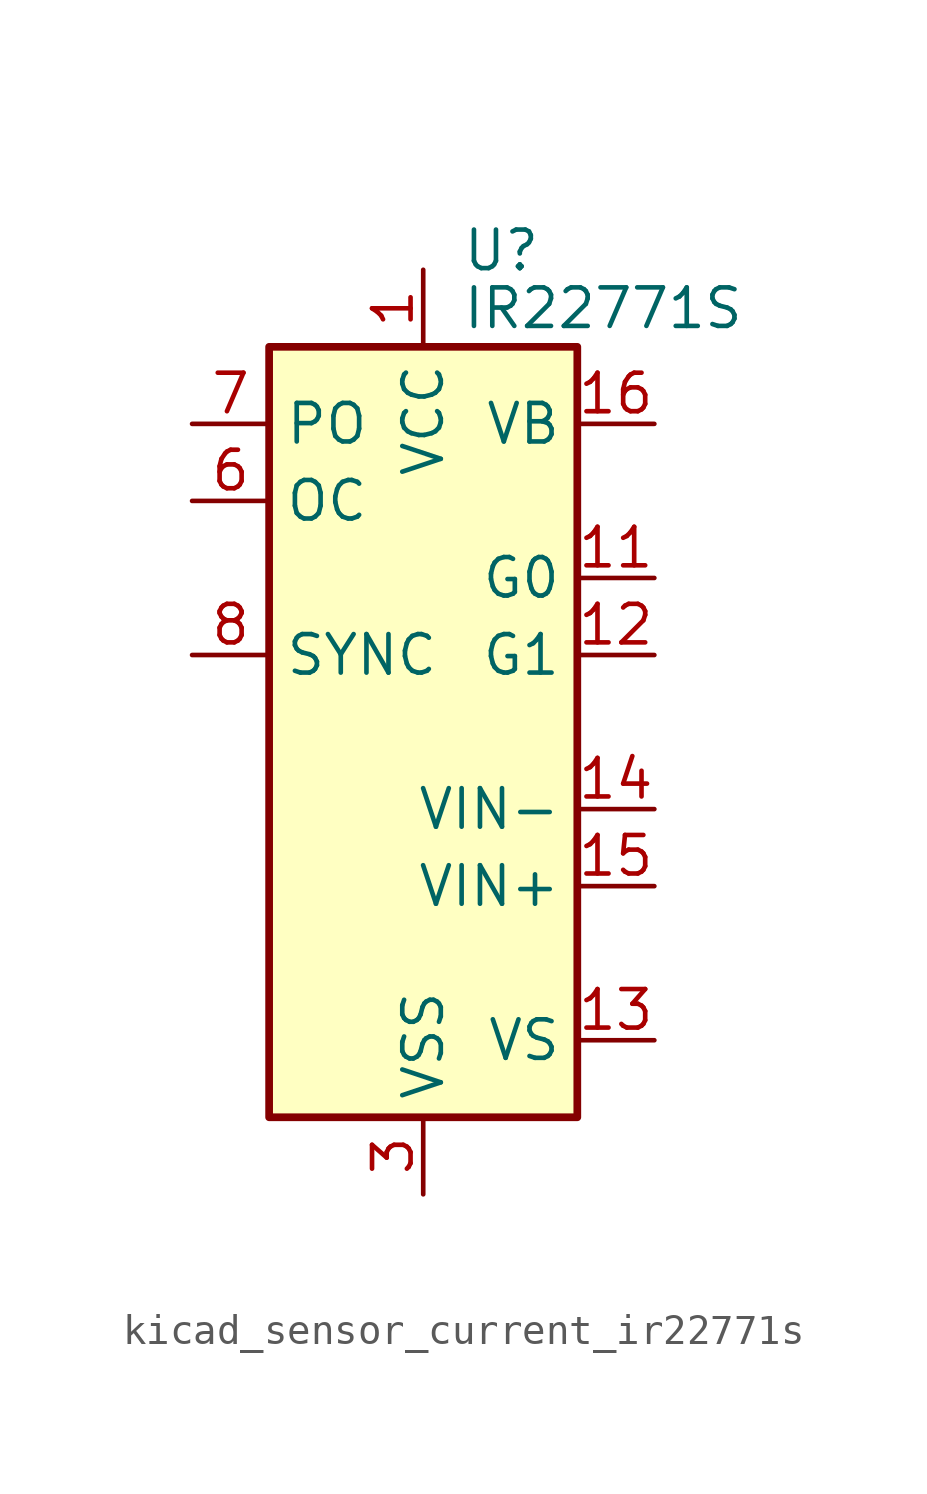
<source format=kicad_sym>
(kicad_symbol_lib
  (version 20220914)
  (generator kicad_symbol_editor)
  (symbol "kicad_sensor_current_ir22771s"
    (property "Reference" "U"
      (at 1.27 15.875 0)
      (effects (font (size 1.27 1.27)) (justify left)))
    (property "Value" "IR22771S"
      (at 1.27 13.97 0)
      (effects (font (size 1.27 1.27)) (justify left)))
    (symbol "kicad_sensor_current_ir22771s_0_1"
      (rectangle (start -5.08 -12.7) (end 5.08 12.7) (stroke (width 0.254) (type default)) (fill (type background))))
    (symbol "kicad_sensor_current_ir22771s_1_1"
      (pin power_in line (at 0 15.24 270) (length 2.54) (name "VCC" (effects (font (size 1.27 1.27)))) (number "1" (effects (font (size 1.27 1.27)))))
      (pin no_connect line (at -5.08 0 0) (length 2.54) hide (name "NC" (effects (font (size 1.27 1.27)))) (number "10" (effects (font (size 1.27 1.27)))))
      (pin input line (at 7.62 5.08 180) (length 2.54) (name "G0" (effects (font (size 1.27 1.27)))) (number "11" (effects (font (size 1.27 1.27)))))
      (pin input line (at 7.62 2.54 180) (length 2.54) (name "G1" (effects (font (size 1.27 1.27)))) (number "12" (effects (font (size 1.27 1.27)))))
      (pin passive line (at 7.62 -10.16 180) (length 2.54) (name "VS" (effects (font (size 1.27 1.27)))) (number "13" (effects (font (size 1.27 1.27)))))
      (pin passive line (at 7.62 -2.54 180) (length 2.54) (name "VIN-" (effects (font (size 1.27 1.27)))) (number "14" (effects (font (size 1.27 1.27)))))
      (pin passive line (at 7.62 -5.08 180) (length 2.54) (name "VIN+" (effects (font (size 1.27 1.27)))) (number "15" (effects (font (size 1.27 1.27)))))
      (pin passive line (at 7.62 10.16 180) (length 2.54) (name "VB" (effects (font (size 1.27 1.27)))) (number "16" (effects (font (size 1.27 1.27)))))
      (pin no_connect line (at -5.08 -5.08 0) (length 2.54) hide (name "NC" (effects (font (size 1.27 1.27)))) (number "2" (effects (font (size 1.27 1.27)))))
      (pin power_in line (at 0 -15.24 90) (length 2.54) (name "VSS" (effects (font (size 1.27 1.27)))) (number "3" (effects (font (size 1.27 1.27)))))
      (pin no_connect line (at -5.08 -7.62 0) (length 2.54) hide (name "NC" (effects (font (size 1.27 1.27)))) (number "4" (effects (font (size 1.27 1.27)))))
      (pin no_connect line (at -5.08 -2.54 0) (length 2.54) hide (name "NC" (effects (font (size 1.27 1.27)))) (number "5" (effects (font (size 1.27 1.27)))))
      (pin open_collector line (at -7.62 7.62 0) (length 2.54) (name "OC" (effects (font (size 1.27 1.27)))) (number "6" (effects (font (size 1.27 1.27)))))
      (pin open_collector line (at -7.62 10.16 0) (length 2.54) (name "PO" (effects (font (size 1.27 1.27)))) (number "7" (effects (font (size 1.27 1.27)))))
      (pin input line (at -7.62 2.54 0) (length 2.54) (name "SYNC" (effects (font (size 1.27 1.27)))) (number "8" (effects (font (size 1.27 1.27)))))
      (pin no_connect line (at -5.08 5.08 0) (length 2.54) hide (name "NC" (effects (font (size 1.27 1.27)))) (number "9" (effects (font (size 1.27 1.27))))))))
</source>
